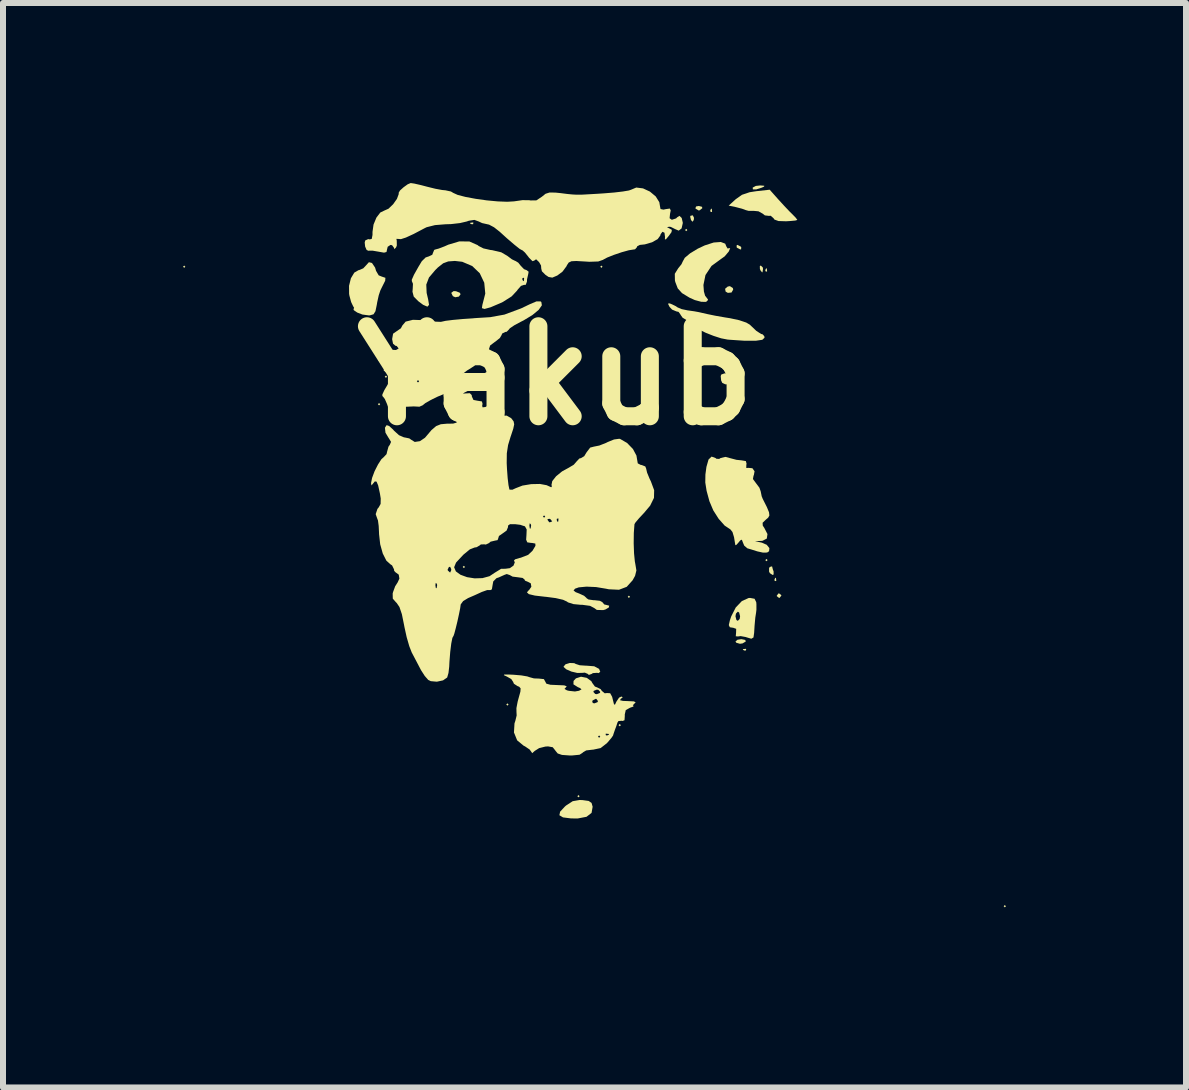
<source format=kicad_pcb>
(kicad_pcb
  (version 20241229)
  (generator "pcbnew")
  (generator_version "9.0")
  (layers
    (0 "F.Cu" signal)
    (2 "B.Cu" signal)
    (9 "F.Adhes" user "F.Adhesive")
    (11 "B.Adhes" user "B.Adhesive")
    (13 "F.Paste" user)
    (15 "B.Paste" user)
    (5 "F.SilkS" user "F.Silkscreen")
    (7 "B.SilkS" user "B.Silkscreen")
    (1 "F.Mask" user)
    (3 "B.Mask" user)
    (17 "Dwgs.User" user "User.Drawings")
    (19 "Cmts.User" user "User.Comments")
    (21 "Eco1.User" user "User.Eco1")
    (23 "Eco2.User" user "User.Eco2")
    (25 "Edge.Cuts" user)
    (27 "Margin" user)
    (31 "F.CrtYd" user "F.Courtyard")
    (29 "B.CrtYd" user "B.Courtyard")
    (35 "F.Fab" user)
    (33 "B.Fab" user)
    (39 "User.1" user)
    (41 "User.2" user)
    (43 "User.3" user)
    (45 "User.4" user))
  (footprint "Yakub"
    (layer "F.Cu")
    (at 6.207 3.208)
    (property "Reference" "Yakub" (at 0 0 0) (layer "F.SilkS") (effects (font (size 1.5 1.5) (thickness 0.3))))
    (attr board_only exclude_from_pos_files exclude_from_bom)
    (fp_poly (pts (xy -6.169 -1.814) (xy -6.188 -1.795) (xy -6.207 -1.814) (xy -6.188 -1.833)) (stroke (width 0) (type solid)) (fill yes) (layer "F.SilkS"))
    (fp_poly (pts (xy -2.922 0.477) (xy -2.941 0.497) (xy -2.96 0.477) (xy -2.941 0.458)) (stroke (width 0) (type solid)) (fill yes) (layer "F.SilkS"))
    (fp_poly (pts (xy -2.807 0.019) (xy -2.826 0.038) (xy -2.846 0.019) (xy -2.826 0)) (stroke (width 0) (type solid)) (fill yes) (layer "F.SilkS"))
    (fp_poly (pts (xy -1.662 0.63) (xy -1.681 0.649) (xy -1.7 0.63) (xy -1.681 0.611)) (stroke (width 0) (type solid)) (fill yes) (layer "F.SilkS"))
    (fp_poly (pts (xy -1.509 3.189) (xy -1.528 3.208) (xy -1.547 3.189) (xy -1.528 3.17)) (stroke (width 0) (type solid)) (fill yes) (layer "F.SilkS"))
    (fp_poly (pts (xy -0.783 5.481) (xy -0.802 5.5) (xy -0.821 5.481) (xy -0.802 5.462)) (stroke (width 0) (type solid)) (fill yes) (layer "F.SilkS"))
    (fp_poly (pts (xy 0.401 7.009) (xy 0.382 7.028) (xy 0.363 7.009) (xy 0.382 6.99)) (stroke (width 0) (type solid)) (fill yes) (layer "F.SilkS"))
    (fp_poly (pts (xy 0.783 -1.814) (xy 0.764 -1.795) (xy 0.745 -1.814) (xy 0.764 -1.833)) (stroke (width 0) (type solid)) (fill yes) (layer "F.SilkS"))
    (fp_poly (pts (xy 1.089 5.825) (xy 1.069 5.844) (xy 1.05 5.825) (xy 1.069 5.806)) (stroke (width 0) (type solid)) (fill yes) (layer "F.SilkS"))
    (fp_poly (pts (xy 1.241 3.686) (xy 1.222 3.705) (xy 1.203 3.686) (xy 1.222 3.667)) (stroke (width 0) (type solid)) (fill yes) (layer "F.SilkS"))
    (fp_poly (pts (xy 2.196 -2.425) (xy 2.177 -2.406) (xy 2.158 -2.425) (xy 2.177 -2.445)) (stroke (width 0) (type solid)) (fill yes) (layer "F.SilkS"))
    (fp_poly (pts (xy 3.533 3.075) (xy 3.514 3.094) (xy 3.495 3.075) (xy 3.514 3.056)) (stroke (width 0) (type solid)) (fill yes) (layer "F.SilkS"))
    (fp_poly (pts (xy 7.505 8.842) (xy 7.486 8.861) (xy 7.467 8.842) (xy 7.486 8.823)) (stroke (width 0) (type solid)) (fill yes) (layer "F.SilkS"))
    (fp_poly (pts (xy -2.934 -0.313) (xy -2.93 -0.253) (xy -2.937 -0.24) (xy -2.954 -0.251) (xy -2.957 -0.29) (xy -2.948 -0.33)) (stroke (width 0) (type solid)) (fill yes) (layer "F.SilkS"))
    (fp_poly (pts (xy -1.369 -2.546) (xy -1.374 -2.524) (xy -1.394 -2.521) (xy -1.426 -2.535) (xy -1.42 -2.546) (xy -1.374 -2.551)) (stroke (width 0) (type solid)) (fill yes) (layer "F.SilkS"))
    (fp_poly (pts (xy 2.604 -2.776) (xy 2.608 -2.73) (xy 2.604 -2.725) (xy 2.581 -2.73) (xy 2.578 -2.75) (xy 2.592 -2.782)) (stroke (width 0) (type solid)) (fill yes) (layer "F.SilkS"))
    (fp_poly (pts (xy 3.177 4.558) (xy 3.171 4.581) (xy 3.151 4.583) (xy 3.12 4.569) (xy 3.126 4.558) (xy 3.171 4.553)) (stroke (width 0) (type solid)) (fill yes) (layer "F.SilkS"))
    (fp_poly (pts (xy 3.52 -1.782) (xy 3.525 -1.737) (xy 3.52 -1.732) (xy 3.498 -1.737) (xy 3.495 -1.757) (xy 3.509 -1.788)) (stroke (width 0) (type solid)) (fill yes) (layer "F.SilkS"))
    (fp_poly (pts (xy 3.673 3.374) (xy 3.678 3.419) (xy 3.673 3.425) (xy 3.65 3.42) (xy 3.648 3.399) (xy 3.662 3.368)) (stroke (width 0) (type solid)) (fill yes) (layer "F.SilkS"))
    (fp_poly (pts (xy -2.62 0.734) (xy -2.625 0.769) (xy -2.646 0.798) (xy -2.671 0.769) (xy -2.685 0.713) (xy -2.678 0.698) (xy -2.64 0.691)) (stroke (width 0) (type solid)) (fill yes) (layer "F.SilkS"))
    (fp_poly (pts (xy 2.307 -2.628) (xy 2.303 -2.592) (xy 2.282 -2.563) (xy 2.257 -2.592) (xy 2.243 -2.648) (xy 2.25 -2.663) (xy 2.287 -2.67)) (stroke (width 0) (type solid)) (fill yes) (layer "F.SilkS"))
    (fp_poly (pts (xy -1.66 -1.406) (xy -1.597 -1.381) (xy -1.582 -1.356) (xy -1.611 -1.316) (xy -1.671 -1.305) (xy -1.711 -1.323) (xy -1.738 -1.378) (xy -1.7 -1.407)) (stroke (width 0) (type solid)) (fill yes) (layer "F.SilkS"))
    (fp_poly (pts (xy 2.441 -2.812) (xy 2.445 -2.788) (xy 2.397 -2.752) (xy 2.387 -2.75) (xy 2.338 -2.778) (xy 2.33 -2.788) (xy 2.342 -2.818) (xy 2.387 -2.826)) (stroke (width 0) (type solid)) (fill yes) (layer "F.SilkS"))
    (fp_poly (pts (xy 2.954 -1.459) (xy 2.96 -1.432) (xy 2.932 -1.384) (xy 2.871 -1.378) (xy 2.834 -1.399) (xy 2.825 -1.446) (xy 2.869 -1.483) (xy 2.905 -1.49)) (stroke (width 0) (type solid)) (fill yes) (layer "F.SilkS"))
    (fp_poly (pts (xy 3.086 -2.149) (xy 3.094 -2.139) (xy 3.092 -2.104) (xy 3.079 -2.101) (xy 3.025 -2.129) (xy 3.017 -2.139) (xy 3.019 -2.174) (xy 3.032 -2.177)) (stroke (width 0) (type solid)) (fill yes) (layer "F.SilkS"))
    (fp_poly (pts (xy 3.161 4.405) (xy 3.17 4.431) (xy 3.116 4.463) (xy 3.072 4.469) (xy 3.012 4.452) (xy 2.998 4.431) (xy 3.031 4.402) (xy 3.096 4.392)) (stroke (width 0) (type solid)) (fill yes) (layer "F.SilkS"))
    (fp_poly (pts (xy 3.453 -1.802) (xy 3.457 -1.776) (xy 3.449 -1.725) (xy 3.442 -1.719) (xy 3.417 -1.749) (xy 3.405 -1.776) (xy 3.404 -1.825) (xy 3.42 -1.833)) (stroke (width 0) (type solid)) (fill yes) (layer "F.SilkS"))
    (fp_poly (pts (xy 3.478 -3.163) (xy 3.475 -3.149) (xy 3.438 -3.132) (xy 3.344 -3.102) (xy 3.288 -3.102) (xy 3.285 -3.132) (xy 3.337 -3.16) (xy 3.411 -3.168)) (stroke (width 0) (type solid)) (fill yes) (layer "F.SilkS"))
    (fp_poly (pts (xy 3.761 3.658) (xy 3.762 3.667) (xy 3.733 3.704) (xy 3.724 3.705) (xy 3.687 3.676) (xy 3.686 3.667) (xy 3.715 3.63) (xy 3.724 3.629)) (stroke (width 0) (type solid)) (fill yes) (layer "F.SilkS"))
    (fp_poly (pts (xy 3.609 3.184) (xy 3.621 3.231) (xy 3.633 3.263) (xy 3.634 3.314) (xy 3.618 3.323) (xy 3.572 3.293) (xy 3.558 3.267) (xy 3.558 3.205) (xy 3.573 3.188) (xy 3.607 3.179)) (stroke (width 0) (type solid)) (fill yes) (layer "F.SilkS"))
    (fp_poly (pts (xy 0.451 7.074) (xy 0.552 7.088) (xy 0.6 7.121) (xy 0.618 7.185) (xy 0.6 7.287) (xy 0.516 7.352) (xy 0.369 7.38) (xy 0.258 7.379) (xy 0.124 7.362) (xy 0.064 7.326) (xy 0.076 7.267) (xy 0.157 7.18) (xy 0.177 7.163) (xy 0.286 7.092) (xy 0.401 7.072)) (stroke (width 0) (type solid)) (fill yes) (layer "F.SilkS"))
    (fp_poly (pts (xy 2.889 -0.036) (xy 2.948 -0.018) (xy 2.96 0) (xy 2.992 0.031) (xy 3.04 0.038) (xy 3.103 0.05) (xy 3.108 0.079) (xy 3.064 0.112) (xy 2.984 0.138) (xy 2.933 0.145) (xy 2.83 0.146) (xy 2.778 0.122) (xy 2.759 0.081) (xy 2.752 0.009) (xy 2.761 -0.017) (xy 2.814 -0.036)) (stroke (width 0) (type solid)) (fill yes) (layer "F.SilkS"))
    (fp_poly (pts (xy 0.311 4.792) (xy 0.336 4.805) (xy 0.403 4.827) (xy 0.505 4.834) (xy 0.516 4.834) (xy 0.644 4.844) (xy 0.725 4.887) (xy 0.745 4.936) (xy 0.717 4.958) (xy 0.692 4.953) (xy 0.622 4.958) (xy 0.601 4.972) (xy 0.554 4.988) (xy 0.539 4.972) (xy 0.488 4.95) (xy 0.439 4.954) (xy 0.361 4.955) (xy 0.264 4.932) (xy 0.179 4.895) (xy 0.135 4.856) (xy 0.134 4.849) (xy 0.166 4.811) (xy 0.237 4.789)) (stroke (width 0) (type solid)) (fill yes) (layer "F.SilkS"))
    (fp_poly (pts (xy 3.713 -2.934) (xy 3.811 -2.827) (xy 3.903 -2.73) (xy 3.944 -2.69) (xy 4.004 -2.628) (xy 4.029 -2.593) (xy 4.029 -2.593) (xy 3.995 -2.583) (xy 3.907 -2.575) (xy 3.841 -2.571) (xy 3.715 -2.575) (xy 3.648 -2.599) (xy 3.631 -2.623) (xy 3.585 -2.663) (xy 3.555 -2.661) (xy 3.488 -2.669) (xy 3.453 -2.697) (xy 3.381 -2.737) (xy 3.307 -2.744) (xy 3.218 -2.744) (xy 3.17 -2.757) (xy 3.108 -2.78) (xy 3.012 -2.805) (xy 3.009 -2.806) (xy 2.885 -2.832) (xy 3.003 -2.939) (xy 3.106 -3.012) (xy 3.234 -3.055) (xy 3.344 -3.072) (xy 3.568 -3.097)) (stroke (width 0) (type solid)) (fill yes) (layer "F.SilkS"))
    (fp_poly (pts (xy 2.827 -2.198) (xy 2.846 -2.151) (xy 2.867 -2.117) (xy 2.888 -2.122) (xy 2.91 -2.123) (xy 2.887 -2.069) (xy 2.887 -2.068) (xy 2.818 -1.986) (xy 2.759 -1.944) (xy 2.599 -1.827) (xy 2.498 -1.675) (xy 2.464 -1.509) (xy 2.472 -1.401) (xy 2.492 -1.33) (xy 2.502 -1.318) (xy 2.539 -1.269) (xy 2.54 -1.258) (xy 2.509 -1.228) (xy 2.429 -1.229) (xy 2.321 -1.258) (xy 2.232 -1.298) (xy 2.107 -1.374) (xy 2.036 -1.453) (xy 1.995 -1.56) (xy 1.989 -1.586) (xy 1.987 -1.696) (xy 2.042 -1.785) (xy 2.098 -1.855) (xy 2.12 -1.902) (xy 2.153 -1.962) (xy 2.241 -2.036) (xy 2.369 -2.114) (xy 2.486 -2.169) (xy 2.635 -2.217) (xy 2.753 -2.226)) (stroke (width 0) (type solid)) (fill yes) (layer "F.SilkS"))
    (fp_poly (pts (xy -3.062 -1.877) (xy -3.056 -1.872) (xy -3.007 -1.799) (xy -2.991 -1.745) (xy -2.947 -1.67) (xy -2.895 -1.649) (xy -2.835 -1.629) (xy -2.839 -1.579) (xy -2.847 -1.564) (xy -2.896 -1.466) (xy -2.919 -1.419) (xy -2.946 -1.338) (xy -2.972 -1.22) (xy -2.979 -1.178) (xy -3.001 -1.072) (xy -3.033 -1.021) (xy -3.092 -1.004) (xy -3.107 -1.002) (xy -3.218 -1.017) (xy -3.304 -1.05) (xy -3.361 -1.089) (xy -3.367 -1.106) (xy -3.366 -1.106) (xy -3.357 -1.13) (xy -3.374 -1.157) (xy -3.406 -1.225) (xy -3.435 -1.332) (xy -3.44 -1.362) (xy -3.441 -1.496) (xy -3.41 -1.621) (xy -3.354 -1.715) (xy -3.282 -1.757) (xy -3.274 -1.757) (xy -3.204 -1.787) (xy -3.158 -1.836) (xy -3.11 -1.889)) (stroke (width 0) (type solid)) (fill yes) (layer "F.SilkS"))
    (fp_poly (pts (xy 3.316 3.719) (xy 3.344 3.776) (xy 3.347 3.81) (xy 3.347 3.902) (xy 3.341 3.953) (xy 3.328 4.036) (xy 3.316 4.171) (xy 3.309 4.287) (xy 3.298 4.364) (xy 3.262 4.385) (xy 3.181 4.361) (xy 3.17 4.357) (xy 3.084 4.341) (xy 3.04 4.347) (xy 3.003 4.344) (xy 3.008 4.284) (xy 3.01 4.22) (xy 2.959 4.202) (xy 2.957 4.202) (xy 2.904 4.194) (xy 2.887 4.158) (xy 2.905 4.078) (xy 2.927 4.013) (xy 2.928 4.011) (xy 2.998 4.011) (xy 3.014 4.073) (xy 3.037 4.087) (xy 3.068 4.055) (xy 3.075 4.011) (xy 3.059 3.948) (xy 3.037 3.934) (xy 3.006 3.966) (xy 2.998 4.011) (xy 2.928 4.011) (xy 3.002 3.865) (xy 3.104 3.758) (xy 3.216 3.707) (xy 3.241 3.705)) (stroke (width 0) (type solid)) (fill yes) (layer "F.SilkS"))
    (fp_poly (pts (xy 1.92 -1.196) (xy 2.004 -1.156) (xy 2.033 -1.136) (xy 2.102 -1.107) (xy 2.203 -1.086) (xy 2.205 -1.086) (xy 2.31 -1.071) (xy 2.387 -1.057) (xy 2.527 -1.025) (xy 2.663 -0.997) (xy 2.829 -0.968) (xy 2.906 -0.956) (xy 3.059 -0.923) (xy 3.178 -0.883) (xy 3.237 -0.848) (xy 3.344 -0.746) (xy 3.425 -0.693) (xy 3.449 -0.688) (xy 3.478 -0.657) (xy 3.482 -0.63) (xy 3.445 -0.596) (xy 3.335 -0.58) (xy 3.152 -0.58) (xy 2.898 -0.597) (xy 2.865 -0.6) (xy 2.758 -0.621) (xy 2.631 -0.662) (xy 2.502 -0.713) (xy 2.393 -0.766) (xy 2.324 -0.813) (xy 2.311 -0.835) (xy 2.279 -0.872) (xy 2.203 -0.914) (xy 2.196 -0.917) (xy 2.117 -0.964) (xy 2.082 -1.014) (xy 2.082 -1.017) (xy 2.05 -1.061) (xy 2.014 -1.069) (xy 1.942 -1.099) (xy 1.9 -1.144) (xy 1.873 -1.198) (xy 1.896 -1.203)) (stroke (width 0) (type solid)) (fill yes) (layer "F.SilkS"))
    (fp_poly (pts (xy 2.666 1.374) (xy 2.679 1.386) (xy 2.726 1.389) (xy 2.751 1.374) (xy 2.83 1.355) (xy 2.901 1.374) (xy 3.015 1.404) (xy 3.101 1.413) (xy 3.171 1.425) (xy 3.183 1.47) (xy 3.179 1.487) (xy 3.178 1.54) (xy 3.217 1.538) (xy 3.28 1.544) (xy 3.316 1.595) (xy 3.304 1.66) (xy 3.299 1.667) (xy 3.289 1.724) (xy 3.34 1.793) (xy 3.397 1.869) (xy 3.418 1.929) (xy 3.435 2.012) (xy 3.452 2.054) (xy 3.521 2.191) (xy 3.557 2.278) (xy 3.563 2.332) (xy 3.542 2.369) (xy 3.505 2.4) (xy 3.45 2.453) (xy 3.453 2.501) (xy 3.478 2.538) (xy 3.531 2.641) (xy 3.52 2.716) (xy 3.449 2.753) (xy 3.428 2.755) (xy 3.323 2.759) (xy 3.437 2.784) (xy 3.519 2.82) (xy 3.563 2.875) (xy 3.558 2.927) (xy 3.525 2.949) (xy 3.456 2.95) (xy 3.361 2.929) (xy 3.263 2.898) (xy 3.195 2.878) (xy 3.144 2.834) (xy 3.124 2.787) (xy 3.104 2.734) (xy 3.076 2.748) (xy 3.052 2.778) (xy 3.011 2.823) (xy 2.996 2.826) (xy 2.988 2.779) (xy 2.974 2.693) (xy 2.948 2.607) (xy 2.913 2.563) (xy 2.818 2.5) (xy 2.718 2.387) (xy 2.628 2.246) (xy 2.566 2.099) (xy 2.565 2.098) (xy 2.517 1.921) (xy 2.495 1.782) (xy 2.497 1.649) (xy 2.514 1.522) (xy 2.549 1.399) (xy 2.6 1.35)) (stroke (width 0) (type solid)) (fill yes) (layer "F.SilkS"))
    (fp_poly (pts (xy -1.435 -2.234) (xy -1.299 -2.174) (xy -1.281 -2.159) (xy -1.202 -2.119) (xy -1.087 -2.093) (xy -1.058 -2.09) (xy -0.905 -2.054) (xy -0.804 -1.995) (xy -0.727 -1.937) (xy -0.671 -1.91) (xy -0.668 -1.91) (xy -0.621 -1.881) (xy -0.583 -1.833) (xy -0.526 -1.773) (xy -0.483 -1.757) (xy -0.449 -1.731) (xy -0.454 -1.697) (xy -0.475 -1.605) (xy -0.477 -1.564) (xy -0.497 -1.512) (xy -0.526 -1.511) (xy -0.576 -1.494) (xy -0.634 -1.428) (xy -0.641 -1.416) (xy -0.731 -1.32) (xy -0.877 -1.227) (xy -0.922 -1.206) (xy -1.082 -1.138) (xy -1.183 -1.11) (xy -1.227 -1.123) (xy -1.22 -1.174) (xy -1.22 -1.175) (xy -1.171 -1.366) (xy -1.188 -1.547) (xy -1.215 -1.604) (xy -0.554 -1.604) (xy -0.54 -1.573) (xy -0.528 -1.579) (xy -0.524 -1.624) (xy -0.528 -1.63) (xy -0.551 -1.624) (xy -0.554 -1.604) (xy -1.215 -1.604) (xy -1.263 -1.705) (xy -1.388 -1.825) (xy -1.555 -1.896) (xy -1.677 -1.91) (xy -1.788 -1.902) (xy -1.872 -1.871) (xy -1.961 -1.801) (xy -2.005 -1.757) (xy -2.109 -1.634) (xy -2.154 -1.516) (xy -2.148 -1.377) (xy -2.123 -1.27) (xy -2.108 -1.178) (xy -2.135 -1.148) (xy -2.207 -1.179) (xy -2.287 -1.239) (xy -2.363 -1.316) (xy -2.384 -1.397) (xy -2.38 -1.447) (xy -2.376 -1.529) (xy -2.391 -1.566) (xy -2.393 -1.566) (xy -2.396 -1.596) (xy -2.359 -1.68) (xy -2.286 -1.81) (xy -2.229 -1.905) (xy -2.165 -1.968) (xy -2.111 -1.986) (xy -2.054 -2.013) (xy -2.043 -2.043) (xy -2.022 -2.094) (xy -2.003 -2.101) (xy -1.947 -2.116) (xy -1.85 -2.153) (xy -1.787 -2.181) (xy -1.603 -2.236)) (stroke (width 0) (type solid)) (fill yes) (layer "F.SilkS"))
    (fp_poly (pts (xy -0.237 -1.226) (xy -0.228 -1.171) (xy -0.281 -1.095) (xy -0.386 -1.008) (xy -0.533 -0.919) (xy -0.577 -0.897) (xy -0.687 -0.838) (xy -0.761 -0.788) (xy -0.783 -0.761) (xy -0.814 -0.73) (xy -0.84 -0.726) (xy -0.891 -0.699) (xy -0.898 -0.677) (xy -0.928 -0.626) (xy -1.001 -0.567) (xy -1.012 -0.56) (xy -1.09 -0.501) (xy -1.11 -0.439) (xy -1.104 -0.399) (xy -1.1 -0.328) (xy -1.148 -0.283) (xy -1.189 -0.266) (xy -1.272 -0.227) (xy -1.317 -0.193) (xy -1.361 -0.156) (xy -1.445 -0.102) (xy -1.471 -0.087) (xy -1.573 -0.01) (xy -1.615 0.085) (xy -1.617 0.098) (xy -1.661 0.212) (xy -1.751 0.28) (xy -1.795 0.29) (xy -1.865 0.31) (xy -1.969 0.353) (xy -2.079 0.407) (xy -2.17 0.459) (xy -2.214 0.495) (xy -2.269 0.519) (xy -2.362 0.514) (xy -2.517 0.521) (xy -2.598 0.551) (xy -2.695 0.597) (xy -2.749 0.598) (xy -2.783 0.546) (xy -2.807 0.477) (xy -2.845 0.39) (xy -2.88 0.345) (xy -2.886 0.344) (xy -2.886 0.315) (xy -2.852 0.241) (xy -2.805 0.163) (xy -2.767 0.095) (xy -2.311 0.095) (xy -2.292 0.115) (xy -2.273 0.095) (xy -2.292 0.076) (xy -2.311 0.095) (xy -2.767 0.095) (xy -2.74 0.048) (xy -2.725 -0.016) (xy -2.739 -0.031) (xy -2.836 -0.061) (xy -2.866 -0.09) (xy -2.838 -0.139) (xy -2.804 -0.176) (xy -2.745 -0.243) (xy -2.736 -0.282) (xy -2.774 -0.319) (xy -2.786 -0.328) (xy -2.856 -0.37) (xy -2.891 -0.382) (xy -2.922 -0.411) (xy -2.922 -0.417) (xy -2.889 -0.434) (xy -2.805 -0.434) (xy -2.769 -0.431) (xy -2.659 -0.426) (xy -2.617 -0.449) (xy -2.616 -0.453) (xy -2.647 -0.493) (xy -2.668 -0.497) (xy -2.708 -0.531) (xy -2.723 -0.607) (xy -2.707 -0.698) (xy -2.649 -0.738) (xy -2.577 -0.788) (xy -2.553 -0.834) (xy -2.498 -0.899) (xy -2.377 -0.929) (xy -2.193 -0.923) (xy -2.111 -0.912) (xy -1.995 -0.898) (xy -1.91 -0.895) (xy -1.887 -0.9) (xy -1.833 -0.912) (xy -1.713 -0.927) (xy -1.538 -0.943) (xy -1.317 -0.959) (xy -1.089 -0.973) (xy -0.852 -1.016) (xy -0.575 -1.119) (xy -0.431 -1.188) (xy -0.318 -1.236) (xy -0.25 -1.236)) (stroke (width 0) (type solid)) (fill yes) (layer "F.SilkS"))
    (fp_poly (pts (xy -0.7 4.985) (xy -0.571 4.996) (xy -0.471 5.013) (xy -0.433 5.026) (xy -0.36 5.046) (xy -0.278 5.049) (xy -0.194 5.058) (xy -0.172 5.098) (xy -0.153 5.134) (xy -0.085 5.152) (xy 0.029 5.157) (xy 0.144 5.162) (xy 0.186 5.177) (xy 0.174 5.193) (xy 0.149 5.221) (xy 0.19 5.245) (xy 0.222 5.253) (xy 0.323 5.264) (xy 0.391 5.252) (xy 0.433 5.229) (xy 0.408 5.207) (xy 0.372 5.192) (xy 0.298 5.145) (xy 0.3 5.088) (xy 0.34 5.045) (xy 0.424 5.018) (xy 0.521 5.037) (xy 0.596 5.092) (xy 0.612 5.122) (xy 0.656 5.182) (xy 0.691 5.195) (xy 0.752 5.225) (xy 0.77 5.253) (xy 0.819 5.294) (xy 0.859 5.29) (xy 0.91 5.293) (xy 0.943 5.353) (xy 0.953 5.394) (xy 0.973 5.474) (xy 0.989 5.486) (xy 1.012 5.437) (xy 1.014 5.433) (xy 1.058 5.367) (xy 1.097 5.348) (xy 1.12 5.36) (xy 1.089 5.386) (xy 1.073 5.409) (xy 1.123 5.421) (xy 1.203 5.424) (xy 1.304 5.429) (xy 1.335 5.444) (xy 1.318 5.462) (xy 1.287 5.494) (xy 1.299 5.503) (xy 1.297 5.515) (xy 1.241 5.535) (xy 1.17 5.574) (xy 1.153 5.65) (xy 1.154 5.669) (xy 1.149 5.743) (xy 1.115 5.756) (xy 1.104 5.752) (xy 1.048 5.757) (xy 1.033 5.778) (xy 1.009 5.851) (xy 0.99 5.901) (xy 0.966 5.971) (xy 0.958 5.998) (xy 0.932 6.036) (xy 0.873 6.106) (xy 0.855 6.126) (xy 0.751 6.207) (xy 0.628 6.233) (xy 0.613 6.234) (xy 0.511 6.246) (xy 0.455 6.279) (xy 0.453 6.284) (xy 0.4 6.318) (xy 0.277 6.33) (xy 0.232 6.33) (xy 0.107 6.321) (xy 0.036 6.297) (xy -0.002 6.251) (xy -0.004 6.247) (xy -0.047 6.193) (xy -0.125 6.179) (xy -0.17 6.182) (xy -0.274 6.208) (xy -0.348 6.255) (xy -0.351 6.258) (xy -0.389 6.292) (xy -0.4 6.275) (xy -0.432 6.231) (xy -0.51 6.178) (xy -0.531 6.168) (xy -0.64 6.078) (xy -0.665 6.016) (xy 0.707 6.016) (xy 0.726 6.035) (xy 0.745 6.016) (xy 0.726 5.997) (xy 0.707 6.016) (xy -0.665 6.016) (xy -0.683 5.971) (xy 0.834 5.971) (xy 0.839 5.994) (xy 0.859 5.997) (xy 0.891 5.983) (xy 0.885 5.971) (xy 0.84 5.967) (xy 0.834 5.971) (xy -0.683 5.971) (xy -0.693 5.948) (xy -0.684 5.795) (xy -0.67 5.753) (xy -0.648 5.663) (xy -0.651 5.605) (xy -0.652 5.541) (xy -0.632 5.436) (xy -0.629 5.424) (xy 0.611 5.424) (xy 0.62 5.456) (xy 0.647 5.462) (xy 0.699 5.442) (xy 0.707 5.424) (xy 0.679 5.387) (xy 0.671 5.386) (xy 0.619 5.413) (xy 0.611 5.424) (xy -0.629 5.424) (xy -0.616 5.376) (xy -0.587 5.271) (xy 0.63 5.271) (xy 0.661 5.305) (xy 0.688 5.309) (xy 0.738 5.289) (xy 0.745 5.271) (xy 0.714 5.237) (xy 0.688 5.233) (xy 0.637 5.253) (xy 0.63 5.271) (xy -0.587 5.271) (xy -0.586 5.268) (xy -0.582 5.212) (xy -0.606 5.185) (xy -0.634 5.174) (xy -0.694 5.135) (xy -0.707 5.104) (xy -0.738 5.057) (xy -0.812 5.015) (xy -0.861 4.992) (xy -0.856 4.982) (xy -0.789 4.981)) (stroke (width 0) (type solid)) (fill yes) (layer "F.SilkS"))
    (fp_poly (pts (xy -2.353 -3.199) (xy -2.244 -3.174) (xy -2.137 -3.146) (xy -2.003 -3.113) (xy -1.89 -3.092) (xy -1.835 -3.087) (xy -1.743 -3.067) (xy -1.705 -3.044) (xy -1.63 -3.01) (xy -1.498 -2.976) (xy -1.33 -2.945) (xy -1.145 -2.919) (xy -0.963 -2.902) (xy -0.805 -2.896) (xy -0.689 -2.903) (xy -0.677 -2.905) (xy -0.551 -2.923) (xy -0.44 -2.922) (xy -0.417 -2.918) (xy -0.32 -2.919) (xy -0.228 -2.98) (xy -0.167 -3.029) (xy -0.101 -3.05) (xy -0.004 -3.049) (xy 0.085 -3.04) (xy 0.195 -3.026) (xy 0.276 -3.018) (xy 0.348 -3.014) (xy 0.43 -3.014) (xy 0.54 -3.02) (xy 0.697 -3.029) (xy 0.802 -3.036) (xy 0.976 -3.05) (xy 1.121 -3.067) (xy 1.222 -3.084) (xy 1.259 -3.097) (xy 1.345 -3.133) (xy 1.457 -3.119) (xy 1.572 -3.066) (xy 1.669 -2.985) (xy 1.729 -2.889) (xy 1.738 -2.835) (xy 1.749 -2.775) (xy 1.798 -2.765) (xy 1.835 -2.773) (xy 1.904 -2.783) (xy 1.919 -2.752) (xy 1.908 -2.697) (xy 1.9 -2.622) (xy 1.933 -2.598) (xy 1.942 -2.597) (xy 2.009 -2.619) (xy 2.025 -2.636) (xy 2.065 -2.661) (xy 2.102 -2.626) (xy 2.12 -2.548) (xy 2.12 -2.54) (xy 2.1 -2.452) (xy 2.052 -2.415) (xy 1.994 -2.44) (xy 1.92 -2.477) (xy 1.893 -2.48) (xy 1.857 -2.473) (xy 1.892 -2.454) (xy 1.898 -2.451) (xy 1.938 -2.428) (xy 1.932 -2.39) (xy 1.889 -2.33) (xy 1.839 -2.27) (xy 1.822 -2.27) (xy 1.824 -2.311) (xy 1.815 -2.38) (xy 1.781 -2.396) (xy 1.75 -2.354) (xy 1.745 -2.333) (xy 1.702 -2.274) (xy 1.608 -2.221) (xy 1.488 -2.186) (xy 1.404 -2.177) (xy 1.359 -2.153) (xy 1.356 -2.139) (xy 1.325 -2.104) (xy 1.303 -2.101) (xy 1.221 -2.088) (xy 1.102 -2.055) (xy 0.972 -2.011) (xy 0.859 -1.966) (xy 0.792 -1.93) (xy 0.79 -1.928) (xy 0.712 -1.901) (xy 0.563 -1.896) (xy 0.483 -1.901) (xy 0.346 -1.909) (xy 0.265 -1.905) (xy 0.219 -1.883) (xy 0.19 -1.839) (xy 0.182 -1.821) (xy 0.115 -1.731) (xy 0.029 -1.667) (xy -0.054 -1.632) (xy -0.116 -1.643) (xy -0.169 -1.679) (xy -0.227 -1.737) (xy -0.238 -1.781) (xy -0.242 -1.834) (xy -0.275 -1.891) (xy -0.324 -1.938) (xy -0.351 -1.919) (xy -0.352 -1.917) (xy -0.384 -1.906) (xy -0.443 -1.965) (xy -0.453 -1.979) (xy -0.511 -2.051) (xy -0.55 -2.086) (xy -0.554 -2.087) (xy -0.597 -2.11) (xy -0.685 -2.18) (xy -0.811 -2.288) (xy -0.931 -2.397) (xy -1.025 -2.471) (xy -1.108 -2.515) (xy -1.135 -2.521) (xy -1.224 -2.541) (xy -1.279 -2.567) (xy -1.352 -2.594) (xy -1.444 -2.58) (xy -1.481 -2.567) (xy -1.593 -2.541) (xy -1.74 -2.524) (xy -1.836 -2.521) (xy -2.009 -2.507) (xy -2.148 -2.472) (xy -2.177 -2.458) (xy -2.363 -2.36) (xy -2.493 -2.3) (xy -2.577 -2.273) (xy -2.623 -2.277) (xy -2.624 -2.277) (xy -2.652 -2.278) (xy -2.646 -2.247) (xy -2.645 -2.166) (xy -2.658 -2.135) (xy -2.686 -2.106) (xy -2.692 -2.129) (xy -2.724 -2.172) (xy -2.75 -2.177) (xy -2.797 -2.146) (xy -2.807 -2.105) (xy -2.817 -2.059) (xy -2.858 -2.048) (xy -2.948 -2.064) (xy -3.047 -2.081) (xy -3.111 -2.081) (xy -3.118 -2.079) (xy -3.148 -2.093) (xy -3.173 -2.15) (xy -3.18 -2.217) (xy -3.171 -2.252) (xy -3.121 -2.274) (xy -3.097 -2.269) (xy -3.063 -2.277) (xy -3.05 -2.344) (xy -3.05 -2.395) (xy -3.033 -2.516) (xy -2.985 -2.632) (xy -2.92 -2.717) (xy -2.854 -2.749) (xy -2.784 -2.78) (xy -2.707 -2.854) (xy -2.643 -2.944) (xy -2.613 -3.025) (xy -2.614 -3.046) (xy -2.592 -3.084) (xy -2.532 -3.138) (xy -2.464 -3.187) (xy -2.414 -3.208)) (stroke (width 0) (type solid)) (fill yes) (layer "F.SilkS"))
    (fp_poly (pts (xy -1.397 0.325) (xy -1.394 0.35) (xy -1.368 0.406) (xy -1.296 0.42) (xy -1.227 0.431) (xy -1.216 0.473) (xy -1.222 0.494) (xy -1.213 0.573) (xy -1.147 0.636) (xy -1.043 0.673) (xy -0.923 0.672) (xy -0.815 0.667) (xy -0.741 0.709) (xy -0.732 0.719) (xy -0.699 0.763) (xy -0.689 0.812) (xy -0.705 0.887) (xy -0.746 1.011) (xy -0.748 1.015) (xy -0.791 1.158) (xy -0.812 1.295) (xy -0.814 1.459) (xy -0.809 1.559) (xy -0.798 1.708) (xy -0.784 1.826) (xy -0.77 1.893) (xy -0.766 1.901) (xy -0.719 1.902) (xy -0.662 1.876) (xy -0.551 1.833) (xy -0.406 1.809) (xy -0.26 1.806) (xy -0.147 1.827) (xy -0.133 1.834) (xy -0.072 1.861) (xy -0.061 1.845) (xy -0.068 1.823) (xy -0.055 1.759) (xy 0.009 1.678) (xy 0.108 1.597) (xy 0.221 1.535) (xy 0.304 1.485) (xy 0.349 1.433) (xy 0.397 1.382) (xy 0.425 1.375) (xy 0.478 1.343) (xy 0.516 1.28) (xy 0.577 1.2) (xy 0.639 1.184) (xy 0.729 1.166) (xy 0.841 1.122) (xy 0.868 1.108) (xy 0.974 1.065) (xy 1.062 1.053) (xy 1.078 1.057) (xy 1.192 1.123) (xy 1.289 1.223) (xy 1.348 1.333) (xy 1.356 1.382) (xy 1.37 1.463) (xy 1.42 1.489) (xy 1.432 1.49) (xy 1.495 1.514) (xy 1.509 1.548) (xy 1.525 1.617) (xy 1.567 1.719) (xy 1.589 1.764) (xy 1.643 1.91) (xy 1.64 2.038) (xy 1.576 2.168) (xy 1.473 2.29) (xy 1.389 2.38) (xy 1.331 2.449) (xy 1.315 2.476) (xy 1.304 2.624) (xy 1.302 2.796) (xy 1.308 2.963) (xy 1.321 3.095) (xy 1.329 3.138) (xy 1.347 3.247) (xy 1.325 3.337) (xy 1.284 3.411) (xy 1.186 3.52) (xy 1.057 3.569) (xy 0.887 3.561) (xy 0.838 3.551) (xy 0.675 3.524) (xy 0.516 3.517) (xy 0.387 3.529) (xy 0.325 3.551) (xy 0.3 3.581) (xy 0.335 3.609) (xy 0.392 3.631) (xy 0.475 3.669) (xy 0.515 3.705) (xy 0.516 3.709) (xy 0.549 3.731) (xy 0.632 3.743) (xy 0.649 3.743) (xy 0.738 3.753) (xy 0.782 3.776) (xy 0.783 3.781) (xy 0.814 3.815) (xy 0.84 3.82) (xy 0.894 3.834) (xy 0.887 3.865) (xy 0.83 3.898) (xy 0.793 3.908) (xy 0.688 3.905) (xy 0.645 3.874) (xy 0.575 3.837) (xy 0.448 3.82) (xy 0.423 3.82) (xy 0.298 3.808) (xy 0.207 3.779) (xy 0.19 3.766) (xy 0.125 3.736) (xy 0.003 3.708) (xy -0.157 3.687) (xy -0.171 3.686) (xy -0.344 3.666) (xy -0.445 3.642) (xy -0.477 3.612) (xy -0.444 3.574) (xy -0.439 3.571) (xy -0.403 3.519) (xy -0.413 3.462) (xy -0.458 3.438) (xy -0.509 3.417) (xy -0.516 3.399) (xy -0.549 3.372) (xy -0.628 3.361) (xy -0.716 3.35) (xy -0.763 3.324) (xy -0.813 3.307) (xy -0.852 3.321) (xy -0.945 3.363) (xy -0.984 3.376) (xy -1.038 3.43) (xy -1.05 3.496) (xy -1.061 3.562) (xy -1.084 3.574) (xy -1.139 3.574) (xy -1.224 3.604) (xy -1.227 3.605) (xy -1.345 3.659) (xy -1.458 3.708) (xy -1.54 3.758) (xy -1.58 3.813) (xy -1.581 3.818) (xy -1.589 3.876) (xy -1.609 3.976) (xy -1.635 4.095) (xy -1.663 4.21) (xy -1.686 4.297) (xy -1.699 4.335) (xy -1.699 4.335) (xy -1.719 4.371) (xy -1.738 4.466) (xy -1.755 4.604) (xy -1.768 4.77) (xy -1.772 4.851) (xy -1.784 4.955) (xy -1.805 5.028) (xy -1.807 5.032) (xy -1.875 5.079) (xy -1.978 5.101) (xy -2.079 5.092) (xy -2.122 5.071) (xy -2.179 5.006) (xy -2.242 4.908) (xy -2.252 4.889) (xy -2.319 4.761) (xy -2.39 4.626) (xy -2.396 4.615) (xy -2.437 4.51) (xy -2.481 4.358) (xy -2.518 4.189) (xy -2.524 4.157) (xy -2.561 3.975) (xy -2.601 3.857) (xy -2.647 3.789) (xy -2.658 3.779) (xy -2.712 3.717) (xy -2.714 3.632) (xy -2.708 3.608) (xy -2.672 3.51) (xy -2.66 3.492) (xy -2.002 3.492) (xy -1.995 3.541) (xy -1.982 3.542) (xy -1.973 3.491) (xy -1.979 3.469) (xy -1.996 3.454) (xy -2.002 3.492) (xy -2.66 3.492) (xy -2.631 3.446) (xy -2.602 3.383) (xy -2.613 3.317) (xy -2.656 3.285) (xy -2.659 3.285) (xy -2.689 3.254) (xy -2.691 3.235) (xy -1.799 3.235) (xy -1.794 3.249) (xy -1.757 3.283) (xy -1.739 3.245) (xy -1.738 3.225) (xy -1.753 3.194) (xy -1.69 3.194) (xy -1.661 3.263) (xy -1.584 3.319) (xy -1.475 3.359) (xy -1.349 3.379) (xy -1.218 3.375) (xy -1.1 3.343) (xy -1.013 3.285) (xy -0.907 3.22) (xy -0.835 3.219) (xy -0.761 3.209) (xy -0.701 3.167) (xy -0.679 3.112) (xy -0.693 3.082) (xy -0.674 3.062) (xy -0.602 3.04) (xy -0.579 3.035) (xy -0.456 2.987) (xy -0.384 2.919) (xy -0.335 2.837) (xy -0.337 2.799) (xy -0.391 2.789) (xy -0.412 2.788) (xy -0.471 2.779) (xy -0.49 2.735) (xy -0.485 2.659) (xy -0.481 2.564) (xy -0.51 2.512) (xy -0.552 2.499) (xy -0.436 2.499) (xy -0.429 2.548) (xy -0.416 2.549) (xy -0.407 2.498) (xy -0.413 2.476) (xy -0.43 2.461) (xy -0.436 2.499) (xy -0.552 2.499) (xy -0.587 2.487) (xy -0.668 2.477) (xy -0.759 2.476) (xy -0.792 2.5) (xy -0.792 2.525) (xy -0.816 2.583) (xy -0.88 2.629) (xy -0.943 2.673) (xy -0.955 2.712) (xy -0.966 2.742) (xy -1.008 2.75) (xy -1.083 2.768) (xy -1.109 2.791) (xy -1.162 2.816) (xy -1.187 2.812) (xy -1.246 2.814) (xy -1.261 2.828) (xy -1.315 2.86) (xy -1.349 2.865) (xy -1.428 2.896) (xy -1.535 2.984) (xy -1.658 3.116) (xy -1.69 3.194) (xy -1.753 3.194) (xy -1.757 3.186) (xy -1.777 3.19) (xy -1.799 3.235) (xy -2.691 3.235) (xy -2.693 3.226) (xy -2.724 3.163) (xy -2.75 3.146) (xy -2.819 3.084) (xy -2.879 2.965) (xy -2.922 2.811) (xy -2.941 2.64) (xy -2.941 2.629) (xy -2.947 2.506) (xy -2.959 2.414) (xy -2.963 2.404) (xy -0.134 2.404) (xy -0.106 2.443) (xy -0.095 2.445) (xy -0.058 2.431) (xy -0.057 2.428) (xy -0.075 2.406) (xy 0.019 2.406) (xy 0.033 2.438) (xy 0.045 2.432) (xy 0.049 2.386) (xy 0.045 2.381) (xy 0.022 2.386) (xy 0.019 2.406) (xy -0.075 2.406) (xy -0.084 2.395) (xy -0.095 2.387) (xy -0.131 2.39) (xy -0.134 2.404) (xy -2.963 2.404) (xy -2.971 2.383) (xy -2.983 2.349) (xy -0.21 2.349) (xy -0.191 2.368) (xy -0.172 2.349) (xy -0.191 2.33) (xy -0.21 2.349) (xy -2.983 2.349) (xy -2.997 2.309) (xy -2.968 2.222) (xy -2.946 2.195) (xy -2.915 2.139) (xy -2.913 2.048) (xy -2.927 1.963) (xy -2.956 1.83) (xy -2.983 1.767) (xy -3.012 1.764) (xy -3.038 1.796) (xy -3.067 1.831) (xy -3.074 1.796) (xy -3.074 1.79) (xy -3.057 1.705) (xy -3.015 1.593) (xy -2.958 1.481) (xy -2.902 1.394) (xy -2.865 1.361) (xy -2.816 1.309) (xy -2.807 1.269) (xy -2.784 1.185) (xy -2.762 1.154) (xy -2.741 1.105) (xy -2.78 1.041) (xy -2.782 1.039) (xy -2.834 0.952) (xy -2.843 0.869) (xy -2.815 0.826) (xy -2.773 0.84) (xy -2.709 0.898) (xy -2.691 0.919) (xy -2.608 0.994) (xy -2.525 1.03) (xy -2.514 1.031) (xy -2.437 1.047) (xy -2.406 1.069) (xy -2.346 1.106) (xy -2.26 1.093) (xy -2.177 1.037) (xy -2.167 1.026) (xy -2.068 0.909) (xy -1.99 0.842) (xy -1.912 0.811) (xy -1.813 0.802) (xy -1.795 0.802) (xy -1.706 0.8) (xy -1.652 0.785) (xy -1.625 0.741) (xy -1.617 0.654) (xy -1.621 0.507) (xy -1.622 0.473) (xy -1.622 0.372) (xy -1.599 0.323) (xy -1.539 0.302) (xy -1.511 0.298) (xy -1.428 0.294)) (stroke (width 0) (type solid)) (fill yes) (layer "F.SilkS")))
  (gr_rect
    (start -3 -3)
    (end 16.712 15.07)
    (stroke (width 0.1) (type default))
    (fill no)
    (layer "Edge.Cuts")))
</source>
